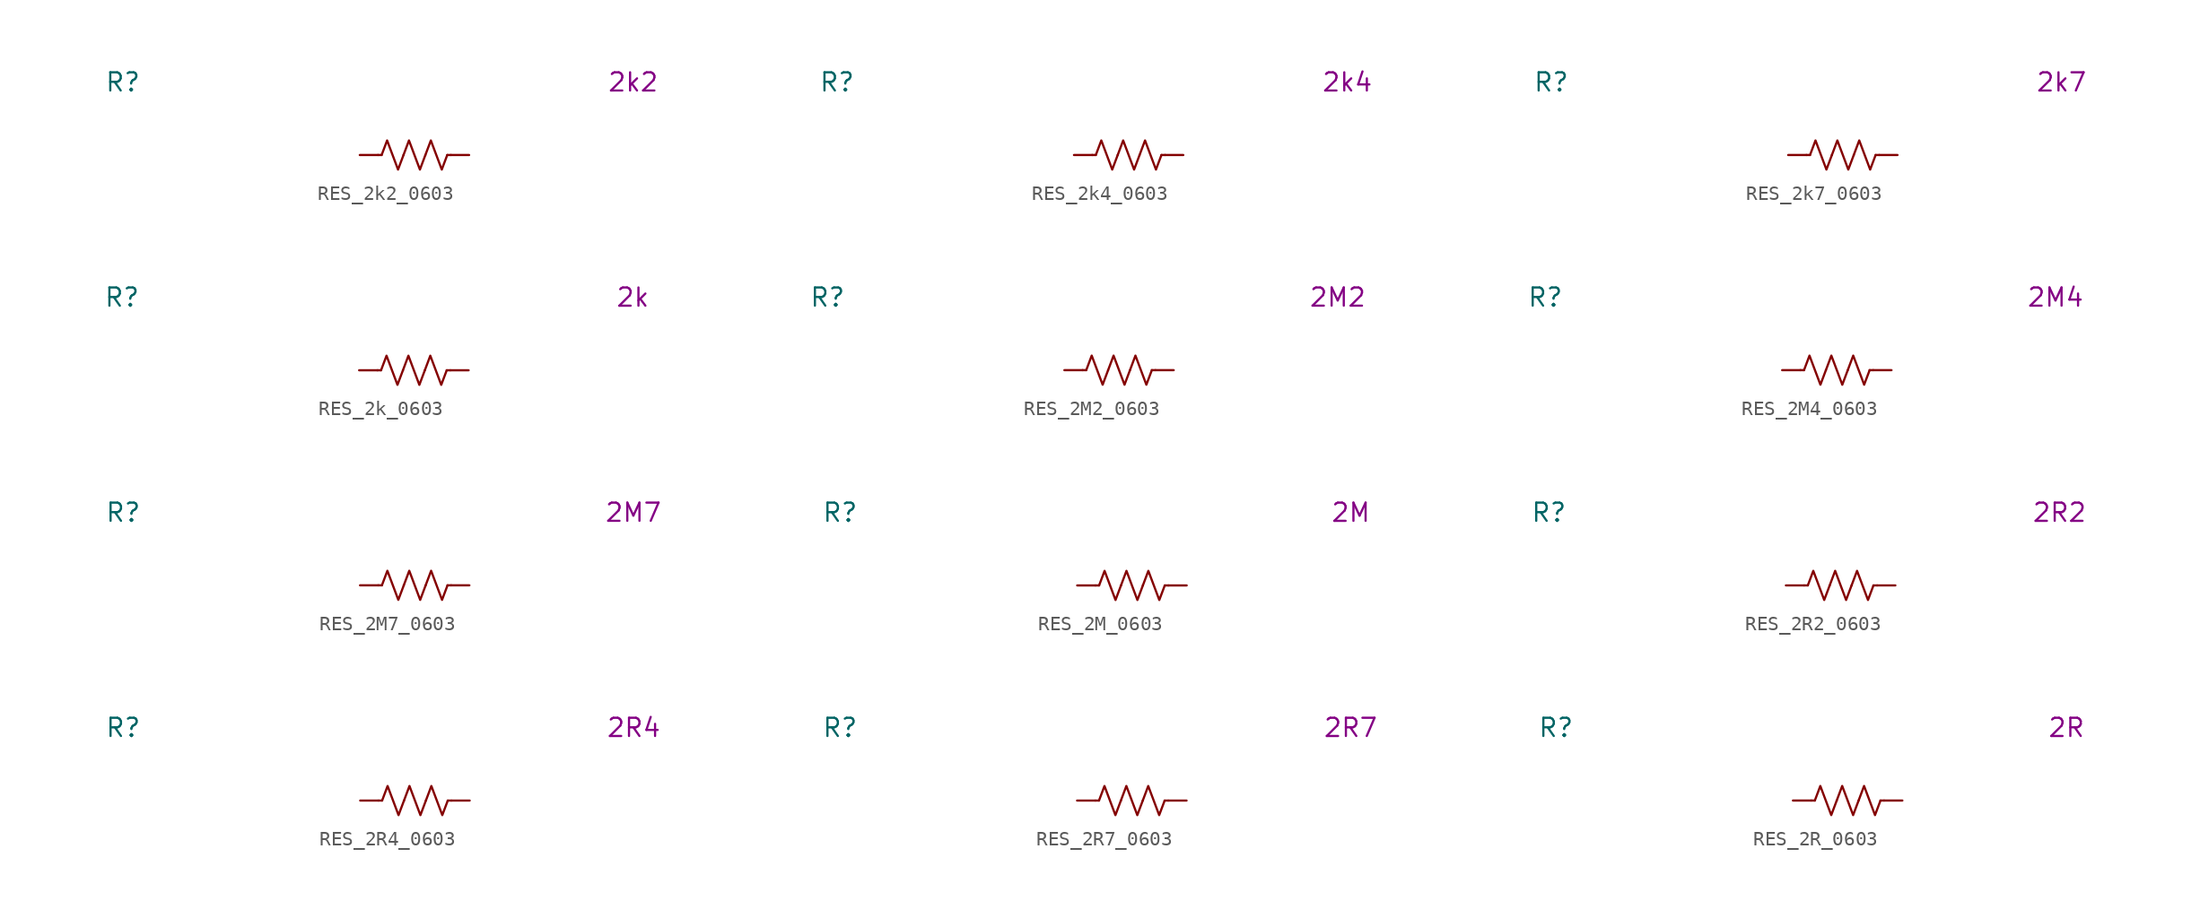
<source format=kicad_sym>
(kicad_symbol_lib
  (version 20231120)
  (generator "kicad_symbol_editor")
  (generator_version "8.0")
  (symbol "RES_2k2_0603"
    (pin_numbers hide)
    (property "Reference" "R"
      (at -20.32 5.08 0)
      (effects (font (size 1.27 1.27))))
    (property "Display Value" "2k2"
      (at 15.24 5.08 0)
      (effects (font (size 1.27 1.27))))
    (symbol "RES_2k2_0603_0_1"
      (polyline (pts (xy -2.286 0) (xy -2.54 0)) (stroke (width 0) (type default)) (fill (type none)))
      (polyline (pts (xy 2.286 0) (xy 2.54 0)) (stroke (width 0) (type default)) (fill (type none)))
      (polyline (pts (xy -2.286 0) (xy -1.905 1.016) (xy -1.524 0) (xy -1.143 -1.016) (xy -0.762 0)) (stroke (width 0) (type default)) (fill (type none)))
      (polyline (pts (xy -0.762 0) (xy -0.381 1.016) (xy 0 0) (xy 0.381 -1.016) (xy 0.762 0)) (stroke (width 0) (type default)) (fill (type none)))
      (polyline (pts (xy 0.762 0) (xy 1.143 1.016) (xy 1.524 0) (xy 1.905 -1.016) (xy 2.286 0)) (stroke (width 0) (type default)) (fill (type none))))
    (symbol "RES_2k2_0603_1_1"
      (pin passive line (at -3.81 0 0) (length 1.27) (name "~" (effects (font (size 1.27 1.27)))) (number "1" (effects (font (size 1.27 1.27)))))
      (pin passive line (at 3.81 0 180) (length 1.27) (name "~" (effects (font (size 1.27 1.27)))) (number "2" (effects (font (size 1.27 1.27)))))))
  (symbol "RES_2k4_0603"
    (pin_numbers hide)
    (property "Reference" "R"
      (at -20.32 5.08 0)
      (effects (font (size 1.27 1.27))))
    (property "Display Value" "2k4"
      (at 15.24 5.08 0)
      (effects (font (size 1.27 1.27))))
    (symbol "RES_2k4_0603_0_1"
      (polyline (pts (xy -2.286 0) (xy -2.54 0)) (stroke (width 0) (type default)) (fill (type none)))
      (polyline (pts (xy 2.286 0) (xy 2.54 0)) (stroke (width 0) (type default)) (fill (type none)))
      (polyline (pts (xy -2.286 0) (xy -1.905 1.016) (xy -1.524 0) (xy -1.143 -1.016) (xy -0.762 0)) (stroke (width 0) (type default)) (fill (type none)))
      (polyline (pts (xy -0.762 0) (xy -0.381 1.016) (xy 0 0) (xy 0.381 -1.016) (xy 0.762 0)) (stroke (width 0) (type default)) (fill (type none)))
      (polyline (pts (xy 0.762 0) (xy 1.143 1.016) (xy 1.524 0) (xy 1.905 -1.016) (xy 2.286 0)) (stroke (width 0) (type default)) (fill (type none))))
    (symbol "RES_2k4_0603_1_1"
      (pin passive line (at -3.81 0 0) (length 1.27) (name "~" (effects (font (size 1.27 1.27)))) (number "1" (effects (font (size 1.27 1.27)))))
      (pin passive line (at 3.81 0 180) (length 1.27) (name "~" (effects (font (size 1.27 1.27)))) (number "2" (effects (font (size 1.27 1.27)))))))
  (symbol "RES_2k7_0603"
    (pin_numbers hide)
    (property "Reference" "R"
      (at -20.32 5.08 0)
      (effects (font (size 1.27 1.27))))
    (property "Display Value" "2k7"
      (at 15.24 5.08 0)
      (effects (font (size 1.27 1.27))))
    (symbol "RES_2k7_0603_0_1"
      (polyline (pts (xy -2.286 0) (xy -2.54 0)) (stroke (width 0) (type default)) (fill (type none)))
      (polyline (pts (xy 2.286 0) (xy 2.54 0)) (stroke (width 0) (type default)) (fill (type none)))
      (polyline (pts (xy -2.286 0) (xy -1.905 1.016) (xy -1.524 0) (xy -1.143 -1.016) (xy -0.762 0)) (stroke (width 0) (type default)) (fill (type none)))
      (polyline (pts (xy -0.762 0) (xy -0.381 1.016) (xy 0 0) (xy 0.381 -1.016) (xy 0.762 0)) (stroke (width 0) (type default)) (fill (type none)))
      (polyline (pts (xy 0.762 0) (xy 1.143 1.016) (xy 1.524 0) (xy 1.905 -1.016) (xy 2.286 0)) (stroke (width 0) (type default)) (fill (type none))))
    (symbol "RES_2k7_0603_1_1"
      (pin passive line (at -3.81 0 0) (length 1.27) (name "~" (effects (font (size 1.27 1.27)))) (number "1" (effects (font (size 1.27 1.27)))))
      (pin passive line (at 3.81 0 180) (length 1.27) (name "~" (effects (font (size 1.27 1.27)))) (number "2" (effects (font (size 1.27 1.27)))))))
  (symbol "RES_2k_0603"
    (pin_numbers hide)
    (property "Reference" "R"
      (at -20.32 5.08 0)
      (effects (font (size 1.27 1.27))))
    (property "Display Value" "2k"
      (at 15.24 5.08 0)
      (effects (font (size 1.27 1.27))))
    (symbol "RES_2k_0603_0_1"
      (polyline (pts (xy -2.286 0) (xy -2.54 0)) (stroke (width 0) (type default)) (fill (type none)))
      (polyline (pts (xy 2.286 0) (xy 2.54 0)) (stroke (width 0) (type default)) (fill (type none)))
      (polyline (pts (xy -2.286 0) (xy -1.905 1.016) (xy -1.524 0) (xy -1.143 -1.016) (xy -0.762 0)) (stroke (width 0) (type default)) (fill (type none)))
      (polyline (pts (xy -0.762 0) (xy -0.381 1.016) (xy 0 0) (xy 0.381 -1.016) (xy 0.762 0)) (stroke (width 0) (type default)) (fill (type none)))
      (polyline (pts (xy 0.762 0) (xy 1.143 1.016) (xy 1.524 0) (xy 1.905 -1.016) (xy 2.286 0)) (stroke (width 0) (type default)) (fill (type none))))
    (symbol "RES_2k_0603_1_1"
      (pin passive line (at -3.81 0 0) (length 1.27) (name "~" (effects (font (size 1.27 1.27)))) (number "1" (effects (font (size 1.27 1.27)))))
      (pin passive line (at 3.81 0 180) (length 1.27) (name "~" (effects (font (size 1.27 1.27)))) (number "2" (effects (font (size 1.27 1.27)))))))
  (symbol "RES_2M2_0603"
    (pin_numbers hide)
    (property "Reference" "R"
      (at -20.32 5.08 0)
      (effects (font (size 1.27 1.27))))
    (property "Display Value" "2M2"
      (at 15.24 5.08 0)
      (effects (font (size 1.27 1.27))))
    (symbol "RES_2M2_0603_0_1"
      (polyline (pts (xy -2.286 0) (xy -2.54 0)) (stroke (width 0) (type default)) (fill (type none)))
      (polyline (pts (xy 2.286 0) (xy 2.54 0)) (stroke (width 0) (type default)) (fill (type none)))
      (polyline (pts (xy -2.286 0) (xy -1.905 1.016) (xy -1.524 0) (xy -1.143 -1.016) (xy -0.762 0)) (stroke (width 0) (type default)) (fill (type none)))
      (polyline (pts (xy -0.762 0) (xy -0.381 1.016) (xy 0 0) (xy 0.381 -1.016) (xy 0.762 0)) (stroke (width 0) (type default)) (fill (type none)))
      (polyline (pts (xy 0.762 0) (xy 1.143 1.016) (xy 1.524 0) (xy 1.905 -1.016) (xy 2.286 0)) (stroke (width 0) (type default)) (fill (type none))))
    (symbol "RES_2M2_0603_1_1"
      (pin passive line (at -3.81 0 0) (length 1.27) (name "~" (effects (font (size 1.27 1.27)))) (number "1" (effects (font (size 1.27 1.27)))))
      (pin passive line (at 3.81 0 180) (length 1.27) (name "~" (effects (font (size 1.27 1.27)))) (number "2" (effects (font (size 1.27 1.27)))))))
  (symbol "RES_2M4_0603"
    (pin_numbers hide)
    (property "Reference" "R"
      (at -20.32 5.08 0)
      (effects (font (size 1.27 1.27))))
    (property "Display Value" "2M4"
      (at 15.24 5.08 0)
      (effects (font (size 1.27 1.27))))
    (symbol "RES_2M4_0603_0_1"
      (polyline (pts (xy -2.286 0) (xy -2.54 0)) (stroke (width 0) (type default)) (fill (type none)))
      (polyline (pts (xy 2.286 0) (xy 2.54 0)) (stroke (width 0) (type default)) (fill (type none)))
      (polyline (pts (xy -2.286 0) (xy -1.905 1.016) (xy -1.524 0) (xy -1.143 -1.016) (xy -0.762 0)) (stroke (width 0) (type default)) (fill (type none)))
      (polyline (pts (xy -0.762 0) (xy -0.381 1.016) (xy 0 0) (xy 0.381 -1.016) (xy 0.762 0)) (stroke (width 0) (type default)) (fill (type none)))
      (polyline (pts (xy 0.762 0) (xy 1.143 1.016) (xy 1.524 0) (xy 1.905 -1.016) (xy 2.286 0)) (stroke (width 0) (type default)) (fill (type none))))
    (symbol "RES_2M4_0603_1_1"
      (pin passive line (at -3.81 0 0) (length 1.27) (name "~" (effects (font (size 1.27 1.27)))) (number "1" (effects (font (size 1.27 1.27)))))
      (pin passive line (at 3.81 0 180) (length 1.27) (name "~" (effects (font (size 1.27 1.27)))) (number "2" (effects (font (size 1.27 1.27)))))))
  (symbol "RES_2M7_0603"
    (pin_numbers hide)
    (property "Reference" "R"
      (at -20.32 5.08 0)
      (effects (font (size 1.27 1.27))))
    (property "Display Value" "2M7"
      (at 15.24 5.08 0)
      (effects (font (size 1.27 1.27))))
    (symbol "RES_2M7_0603_0_1"
      (polyline (pts (xy -2.286 0) (xy -2.54 0)) (stroke (width 0) (type default)) (fill (type none)))
      (polyline (pts (xy 2.286 0) (xy 2.54 0)) (stroke (width 0) (type default)) (fill (type none)))
      (polyline (pts (xy -2.286 0) (xy -1.905 1.016) (xy -1.524 0) (xy -1.143 -1.016) (xy -0.762 0)) (stroke (width 0) (type default)) (fill (type none)))
      (polyline (pts (xy -0.762 0) (xy -0.381 1.016) (xy 0 0) (xy 0.381 -1.016) (xy 0.762 0)) (stroke (width 0) (type default)) (fill (type none)))
      (polyline (pts (xy 0.762 0) (xy 1.143 1.016) (xy 1.524 0) (xy 1.905 -1.016) (xy 2.286 0)) (stroke (width 0) (type default)) (fill (type none))))
    (symbol "RES_2M7_0603_1_1"
      (pin passive line (at -3.81 0 0) (length 1.27) (name "~" (effects (font (size 1.27 1.27)))) (number "1" (effects (font (size 1.27 1.27)))))
      (pin passive line (at 3.81 0 180) (length 1.27) (name "~" (effects (font (size 1.27 1.27)))) (number "2" (effects (font (size 1.27 1.27)))))))
  (symbol "RES_2M_0603"
    (pin_numbers hide)
    (property "Reference" "R"
      (at -20.32 5.08 0)
      (effects (font (size 1.27 1.27))))
    (property "Display Value" "2M"
      (at 15.24 5.08 0)
      (effects (font (size 1.27 1.27))))
    (symbol "RES_2M_0603_0_1"
      (polyline (pts (xy -2.286 0) (xy -2.54 0)) (stroke (width 0) (type default)) (fill (type none)))
      (polyline (pts (xy 2.286 0) (xy 2.54 0)) (stroke (width 0) (type default)) (fill (type none)))
      (polyline (pts (xy -2.286 0) (xy -1.905 1.016) (xy -1.524 0) (xy -1.143 -1.016) (xy -0.762 0)) (stroke (width 0) (type default)) (fill (type none)))
      (polyline (pts (xy -0.762 0) (xy -0.381 1.016) (xy 0 0) (xy 0.381 -1.016) (xy 0.762 0)) (stroke (width 0) (type default)) (fill (type none)))
      (polyline (pts (xy 0.762 0) (xy 1.143 1.016) (xy 1.524 0) (xy 1.905 -1.016) (xy 2.286 0)) (stroke (width 0) (type default)) (fill (type none))))
    (symbol "RES_2M_0603_1_1"
      (pin passive line (at -3.81 0 0) (length 1.27) (name "~" (effects (font (size 1.27 1.27)))) (number "1" (effects (font (size 1.27 1.27)))))
      (pin passive line (at 3.81 0 180) (length 1.27) (name "~" (effects (font (size 1.27 1.27)))) (number "2" (effects (font (size 1.27 1.27)))))))
  (symbol "RES_2R2_0603"
    (pin_numbers hide)
    (property "Reference" "R"
      (at -20.32 5.08 0)
      (effects (font (size 1.27 1.27))))
    (property "Display Value" "2R2"
      (at 15.24 5.08 0)
      (effects (font (size 1.27 1.27))))
    (symbol "RES_2R2_0603_0_1"
      (polyline (pts (xy -2.286 0) (xy -2.54 0)) (stroke (width 0) (type default)) (fill (type none)))
      (polyline (pts (xy 2.286 0) (xy 2.54 0)) (stroke (width 0) (type default)) (fill (type none)))
      (polyline (pts (xy -2.286 0) (xy -1.905 1.016) (xy -1.524 0) (xy -1.143 -1.016) (xy -0.762 0)) (stroke (width 0) (type default)) (fill (type none)))
      (polyline (pts (xy -0.762 0) (xy -0.381 1.016) (xy 0 0) (xy 0.381 -1.016) (xy 0.762 0)) (stroke (width 0) (type default)) (fill (type none)))
      (polyline (pts (xy 0.762 0) (xy 1.143 1.016) (xy 1.524 0) (xy 1.905 -1.016) (xy 2.286 0)) (stroke (width 0) (type default)) (fill (type none))))
    (symbol "RES_2R2_0603_1_1"
      (pin passive line (at -3.81 0 0) (length 1.27) (name "~" (effects (font (size 1.27 1.27)))) (number "1" (effects (font (size 1.27 1.27)))))
      (pin passive line (at 3.81 0 180) (length 1.27) (name "~" (effects (font (size 1.27 1.27)))) (number "2" (effects (font (size 1.27 1.27)))))))
  (symbol "RES_2R4_0603"
    (pin_numbers hide)
    (property "Reference" "R"
      (at -20.32 5.08 0)
      (effects (font (size 1.27 1.27))))
    (property "Display Value" "2R4"
      (at 15.24 5.08 0)
      (effects (font (size 1.27 1.27))))
    (symbol "RES_2R4_0603_0_1"
      (polyline (pts (xy -2.286 0) (xy -2.54 0)) (stroke (width 0) (type default)) (fill (type none)))
      (polyline (pts (xy 2.286 0) (xy 2.54 0)) (stroke (width 0) (type default)) (fill (type none)))
      (polyline (pts (xy -2.286 0) (xy -1.905 1.016) (xy -1.524 0) (xy -1.143 -1.016) (xy -0.762 0)) (stroke (width 0) (type default)) (fill (type none)))
      (polyline (pts (xy -0.762 0) (xy -0.381 1.016) (xy 0 0) (xy 0.381 -1.016) (xy 0.762 0)) (stroke (width 0) (type default)) (fill (type none)))
      (polyline (pts (xy 0.762 0) (xy 1.143 1.016) (xy 1.524 0) (xy 1.905 -1.016) (xy 2.286 0)) (stroke (width 0) (type default)) (fill (type none))))
    (symbol "RES_2R4_0603_1_1"
      (pin passive line (at -3.81 0 0) (length 1.27) (name "~" (effects (font (size 1.27 1.27)))) (number "1" (effects (font (size 1.27 1.27)))))
      (pin passive line (at 3.81 0 180) (length 1.27) (name "~" (effects (font (size 1.27 1.27)))) (number "2" (effects (font (size 1.27 1.27)))))))
  (symbol "RES_2R7_0603"
    (pin_numbers hide)
    (property "Reference" "R"
      (at -20.32 5.08 0)
      (effects (font (size 1.27 1.27))))
    (property "Display Value" "2R7"
      (at 15.24 5.08 0)
      (effects (font (size 1.27 1.27))))
    (symbol "RES_2R7_0603_0_1"
      (polyline (pts (xy -2.286 0) (xy -2.54 0)) (stroke (width 0) (type default)) (fill (type none)))
      (polyline (pts (xy 2.286 0) (xy 2.54 0)) (stroke (width 0) (type default)) (fill (type none)))
      (polyline (pts (xy -2.286 0) (xy -1.905 1.016) (xy -1.524 0) (xy -1.143 -1.016) (xy -0.762 0)) (stroke (width 0) (type default)) (fill (type none)))
      (polyline (pts (xy -0.762 0) (xy -0.381 1.016) (xy 0 0) (xy 0.381 -1.016) (xy 0.762 0)) (stroke (width 0) (type default)) (fill (type none)))
      (polyline (pts (xy 0.762 0) (xy 1.143 1.016) (xy 1.524 0) (xy 1.905 -1.016) (xy 2.286 0)) (stroke (width 0) (type default)) (fill (type none))))
    (symbol "RES_2R7_0603_1_1"
      (pin passive line (at -3.81 0 0) (length 1.27) (name "~" (effects (font (size 1.27 1.27)))) (number "1" (effects (font (size 1.27 1.27)))))
      (pin passive line (at 3.81 0 180) (length 1.27) (name "~" (effects (font (size 1.27 1.27)))) (number "2" (effects (font (size 1.27 1.27)))))))
  (symbol "RES_2R_0603"
    (pin_numbers hide)
    (property "Reference" "R"
      (at -20.32 5.08 0)
      (effects (font (size 1.27 1.27))))
    (property "Display Value" "2R"
      (at 15.24 5.08 0)
      (effects (font (size 1.27 1.27))))
    (symbol "RES_2R_0603_0_1"
      (polyline (pts (xy -2.286 0) (xy -2.54 0)) (stroke (width 0) (type default)) (fill (type none)))
      (polyline (pts (xy 2.286 0) (xy 2.54 0)) (stroke (width 0) (type default)) (fill (type none)))
      (polyline (pts (xy -2.286 0) (xy -1.905 1.016) (xy -1.524 0) (xy -1.143 -1.016) (xy -0.762 0)) (stroke (width 0) (type default)) (fill (type none)))
      (polyline (pts (xy -0.762 0) (xy -0.381 1.016) (xy 0 0) (xy 0.381 -1.016) (xy 0.762 0)) (stroke (width 0) (type default)) (fill (type none)))
      (polyline (pts (xy 0.762 0) (xy 1.143 1.016) (xy 1.524 0) (xy 1.905 -1.016) (xy 2.286 0)) (stroke (width 0) (type default)) (fill (type none))))
    (symbol "RES_2R_0603_1_1"
      (pin passive line (at -3.81 0 0) (length 1.27) (name "~" (effects (font (size 1.27 1.27)))) (number "1" (effects (font (size 1.27 1.27)))))
      (pin passive line (at 3.81 0 180) (length 1.27) (name "~" (effects (font (size 1.27 1.27)))) (number "2" (effects (font (size 1.27 1.27))))))))
</source>
